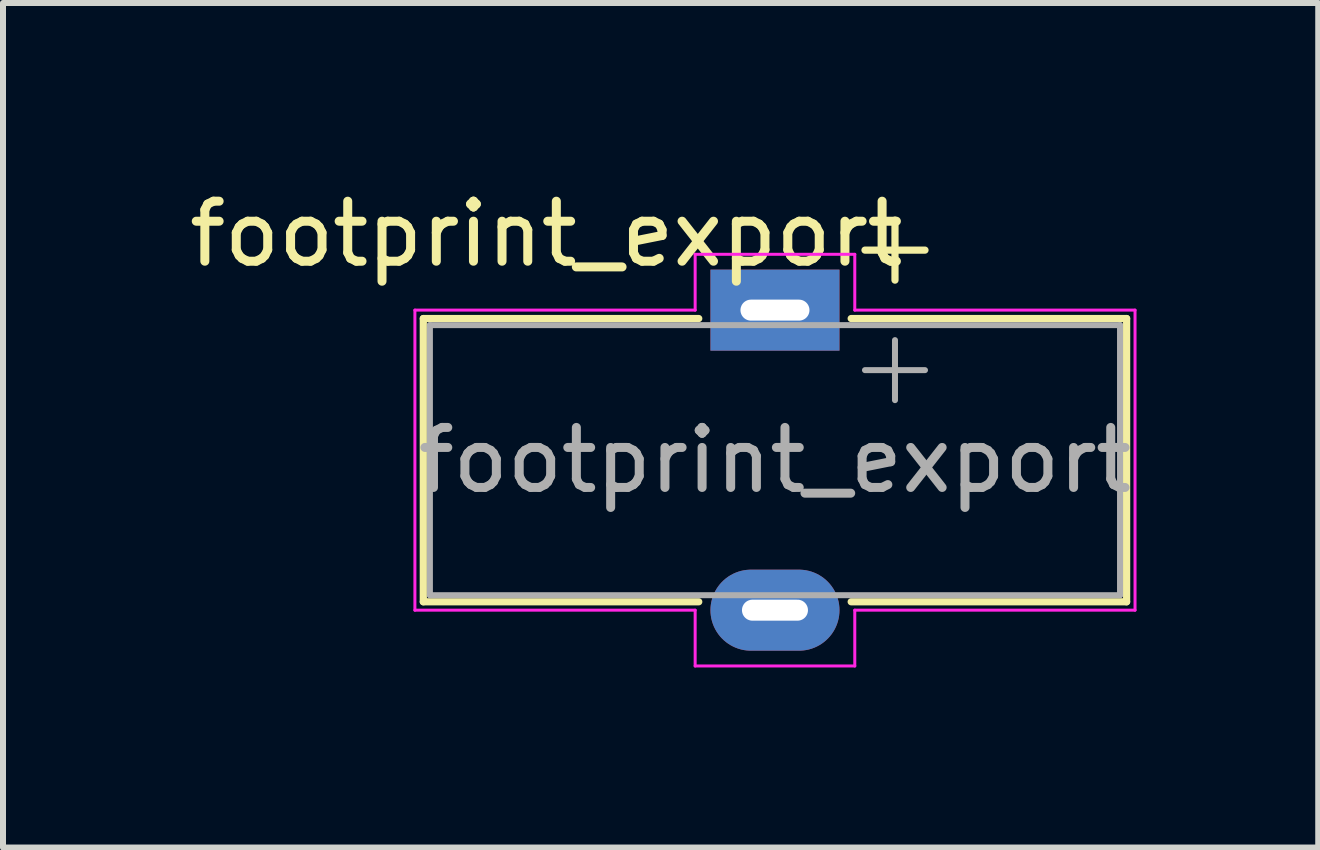
<source format=kicad_pcb>
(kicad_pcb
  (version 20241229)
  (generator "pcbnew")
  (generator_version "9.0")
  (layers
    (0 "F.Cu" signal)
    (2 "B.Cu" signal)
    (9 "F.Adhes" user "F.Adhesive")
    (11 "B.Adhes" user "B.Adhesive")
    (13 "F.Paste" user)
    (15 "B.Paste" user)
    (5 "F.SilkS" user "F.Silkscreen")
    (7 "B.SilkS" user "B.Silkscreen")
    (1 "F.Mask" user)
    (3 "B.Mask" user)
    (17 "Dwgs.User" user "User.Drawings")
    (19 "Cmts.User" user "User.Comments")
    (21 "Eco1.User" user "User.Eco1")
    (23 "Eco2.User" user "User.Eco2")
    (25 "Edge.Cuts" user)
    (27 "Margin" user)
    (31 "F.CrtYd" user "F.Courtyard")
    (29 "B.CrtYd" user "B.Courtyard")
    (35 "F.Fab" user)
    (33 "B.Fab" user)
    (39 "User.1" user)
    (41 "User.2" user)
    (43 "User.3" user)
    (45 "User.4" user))
  (footprint "footprint_export"
    (layer "F.Cu")
    (at 9.864 2.118)
    (property "Reference" "footprint_export" (at -3.81 -1.27 0) (layer "F.SilkS") (effects (font (size 1 1) (thickness 0.15))))
    (attr through_hole)
    (fp_line (start -5.86 0.14) (end -5.86 4.86) (stroke (width 0.12) (type solid)) (layer "F.SilkS"))
    (fp_line (start -5.86 0.14) (end -1.27 0.14) (stroke (width 0.12) (type solid)) (layer "F.SilkS"))
    (fp_line (start -1.27 4.86) (end -5.86 4.86) (stroke (width 0.12) (type solid)) (layer "F.SilkS"))
    (fp_line (start 1.27 0.14) (end 5.86 0.14) (stroke (width 0.12) (type solid)) (layer "F.SilkS"))
    (fp_line (start 1.5 -1) (end 2.5 -1) (stroke (width 0.12) (type solid)) (layer "F.SilkS"))
    (fp_line (start 2 -1.5) (end 2 -0.5) (stroke (width 0.12) (type solid)) (layer "F.SilkS"))
    (fp_line (start 5.86 0.14) (end 5.86 4.86) (stroke (width 0.12) (type solid)) (layer "F.SilkS"))
    (fp_line (start 5.86 4.86) (end 1.27 4.86) (stroke (width 0.12) (type solid)) (layer "F.SilkS"))
    (fp_line (start -6 0) (end -6 5) (stroke (width 0.05) (type solid)) (layer "F.CrtYd"))
    (fp_line (start -1.33 -0.93) (end -1.33 0) (stroke (width 0.05) (type solid)) (layer "F.CrtYd"))
    (fp_line (start -1.33 0) (end -6 0) (stroke (width 0.05) (type solid)) (layer "F.CrtYd"))
    (fp_line (start -1.33 5) (end -6 5) (stroke (width 0.05) (type solid)) (layer "F.CrtYd"))
    (fp_line (start -1.33 5) (end -1.33 5.93) (stroke (width 0.05) (type solid)) (layer "F.CrtYd"))
    (fp_line (start -1.33 5.93) (end 1.33 5.93) (stroke (width 0.05) (type solid)) (layer "F.CrtYd"))
    (fp_line (start 1.33 -0.93) (end -1.33 -0.93) (stroke (width 0.05) (type solid)) (layer "F.CrtYd"))
    (fp_line (start 1.33 0) (end 1.33 -0.93) (stroke (width 0.05) (type solid)) (layer "F.CrtYd"))
    (fp_line (start 1.33 0) (end 6 0) (stroke (width 0.05) (type solid)) (layer "F.CrtYd"))
    (fp_line (start 1.33 5) (end 1.33 5.93) (stroke (width 0.05) (type solid)) (layer "F.CrtYd"))
    (fp_line (start 6 0) (end 6 5) (stroke (width 0.05) (type solid)) (layer "F.CrtYd"))
    (fp_line (start 6 5) (end 1.33 5) (stroke (width 0.05) (type solid)) (layer "F.CrtYd"))
    (fp_line (start -5.75 0.25) (end -5.75 4.75) (stroke (width 0.1) (type solid)) (layer "F.Fab"))
    (fp_line (start -5.75 0.25) (end 5.75 0.25) (stroke (width 0.1) (type solid)) (layer "F.Fab"))
    (fp_line (start -5.75 4.75) (end 5.75 4.75) (stroke (width 0.1) (type solid)) (layer "F.Fab"))
    (fp_line (start 1.5 1) (end 2.5 1) (stroke (width 0.1) (type solid)) (layer "F.Fab"))
    (fp_line (start 2 0.5) (end 2 1.5) (stroke (width 0.1) (type solid)) (layer "F.Fab"))
    (fp_line (start 5.75 0.25) (end 5.75 4.75) (stroke (width 0.1) (type solid)) (layer "F.Fab"))
    (fp_text user "${REFERENCE}" (at 0 2.5 0) (layer "F.Fab") (effects (font (size 1 1) (thickness 0.15))))
    (pad "1" thru_hole rect (at 0 0) (size 2.15 1.35) (drill oval 1.15 0.35) (layers "*.Cu" "*.Mask"))
    (pad "2" thru_hole oval (at 0 5) (size 2.15 1.35) (drill oval 1.1 0.35) (layers "*.Cu" "*.Mask")))
  (gr_rect
    (start -3 -3)
    (end 18.917 11.073)
    (stroke (width 0.1) (type default))
    (fill no)
    (layer "Edge.Cuts")))
</source>
